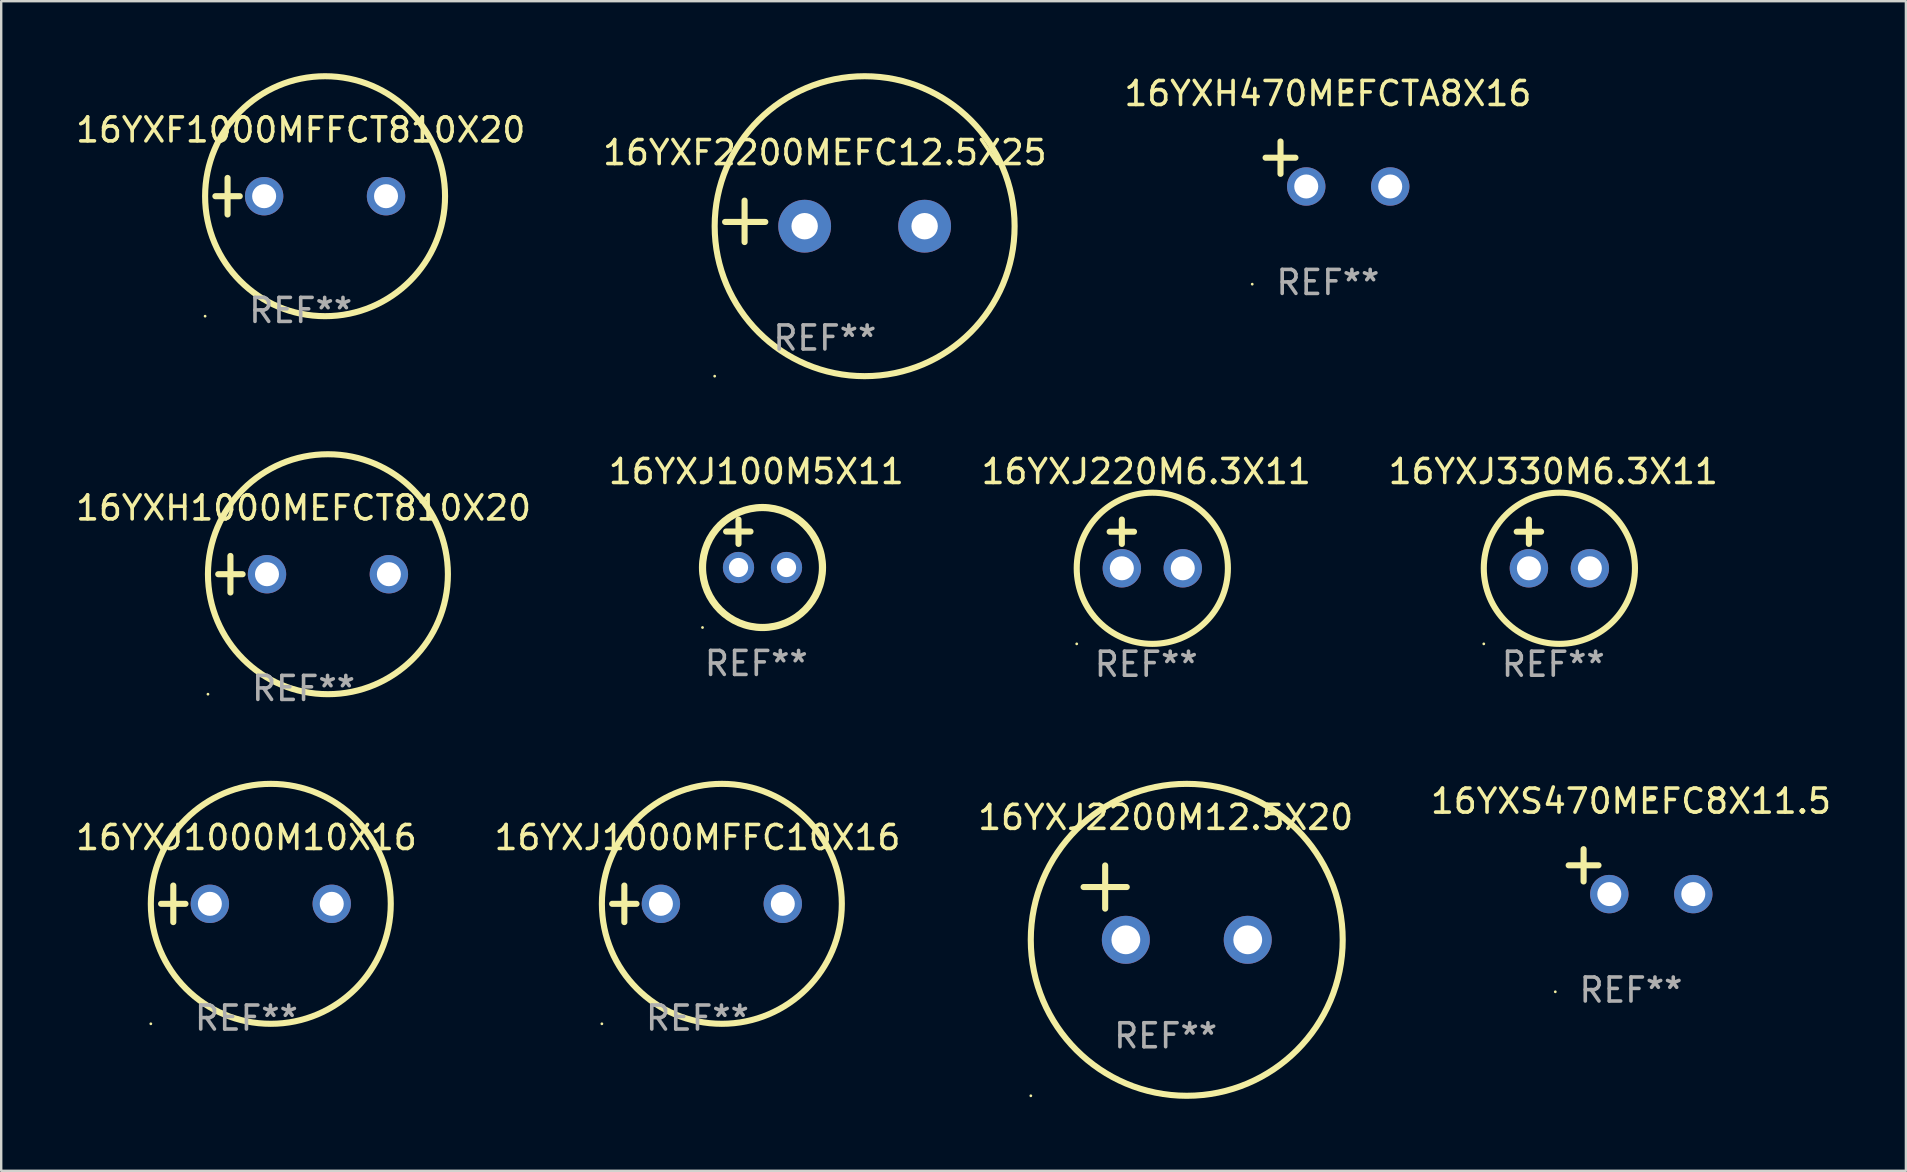
<source format=kicad_pcb>
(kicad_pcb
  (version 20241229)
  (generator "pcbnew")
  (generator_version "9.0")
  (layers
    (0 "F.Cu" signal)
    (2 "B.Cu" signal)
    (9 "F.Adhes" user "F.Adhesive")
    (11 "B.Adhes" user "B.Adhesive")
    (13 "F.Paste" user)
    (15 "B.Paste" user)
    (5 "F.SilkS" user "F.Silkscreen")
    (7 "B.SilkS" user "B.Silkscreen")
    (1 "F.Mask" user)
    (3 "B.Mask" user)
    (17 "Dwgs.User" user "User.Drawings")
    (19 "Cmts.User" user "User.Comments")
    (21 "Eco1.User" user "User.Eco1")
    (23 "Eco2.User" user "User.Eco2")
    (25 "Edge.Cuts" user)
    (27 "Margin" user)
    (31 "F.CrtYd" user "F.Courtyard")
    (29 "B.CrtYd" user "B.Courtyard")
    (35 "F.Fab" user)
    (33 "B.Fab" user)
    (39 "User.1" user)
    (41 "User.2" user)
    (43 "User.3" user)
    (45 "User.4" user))
  (footprint "16YXJ2200M12.5X20"
    (layer "F.Cu")
    (at 45.53 34.568)
    (property "Reference" "16YXJ2200M12.5X20" (at 0 -3.55 0) (layer "F.SilkS") (effects (font (size 1 1) (thickness 0.15))))
    (attr through_hole)
    (fp_line (start -3.421 -0.65) (end -1.621 -0.65) (stroke (width 0.254) (type solid)) (layer "F.SilkS"))
    (fp_line (start -2.521 -1.55) (end -2.521 0.25) (stroke (width 0.254) (type solid)) (layer "F.SilkS"))
    (fp_circle (center -5.619 8.05) (end -5.589 8.05) (stroke (width 0.06) (type solid)) (fill no) (layer "F.SilkS"))
    (fp_circle (center 0.879 1.55) (end 7.379 1.55) (stroke (width 0.254) (type solid)) (fill no) (layer "F.SilkS"))
    (fp_text user "REF**" (at 0 5.55 0) (layer "F.Fab") (effects (font (size 1 1) (thickness 0.15))))
    (pad "1" thru_hole circle (at -1.659 1.55) (size 2 2) (drill 1.2) (layers "*.Cu" "*.Mask"))
    (pad "2" thru_hole circle (at 3.421 1.55) (size 2 2) (drill 1.2) (layers "*.Cu" "*.Mask")))
  (footprint "16YXJ1000M10X16"
    (layer "F.Cu")
    (at 7.22 34.618)
    (property "Reference" "16YXJ1000M10X16" (at 0 -2.762 0) (layer "F.SilkS") (effects (font (size 1 1) (thickness 0.15))))
    (attr through_hole)
    (fp_line (start -3.556 0) (end -2.54 0) (stroke (width 0.254) (type solid)) (layer "F.SilkS"))
    (fp_line (start -3.048 -0.762) (end -3.048 0.762) (stroke (width 0.254) (type solid)) (layer "F.SilkS"))
    (fp_circle (center -3.984 5) (end -3.954 5) (stroke (width 0.06) (type solid)) (fill no) (layer "F.SilkS"))
    (fp_circle (center 1.016 0) (end 6.016 0) (stroke (width 0.254) (type solid)) (fill no) (layer "F.SilkS"))
    (fp_text user "REF**" (at 0 4.762 0) (layer "F.Fab") (effects (font (size 1 1) (thickness 0.15))))
    (pad "1" thru_hole circle (at -1.524 0) (size 1.6 1.6) (drill 1) (layers "*.Cu" "*.Mask"))
    (pad "2" thru_hole circle (at 3.556 0) (size 1.6 1.6) (drill 1) (layers "*.Cu" "*.Mask")))
  (footprint "16YXS470MEFC8X11.5"
    (layer "F.Cu")
    (at 64.923 33.276)
    (property "Reference" "16YXS470MEFC8X11.5" (at 0 -2.937 0) (layer "F.SilkS") (effects (font (size 1 1) (thickness 0.15))))
    (attr through_hole)
    (fp_line (start -1.975 0.41) (end -1.975 -0.937) (stroke (width 0.254) (type solid)) (layer "F.SilkS"))
    (fp_line (start -1.353 -0.263) (end -2.597 -0.263) (stroke (width 0.254) (type solid)) (layer "F.SilkS"))
    (fp_arc (start 0.849809 -3.063957) (mid 0.885369 -3.064114) (end 0.920929 -3.063957) (stroke (width 0.254001) (type solid)) (layer "F.SilkS"))
    (fp_circle (center -3.154 5.008) (end -3.124 5.008) (stroke (width 0.06) (type solid)) (fill no) (layer "F.SilkS"))
    (fp_text user "REF**" (at 0 4.937 0) (layer "F.Fab") (effects (font (size 1 1) (thickness 0.15))))
    (pad "1" thru_hole circle (at -0.903 0.937) (size 1.6 1.6) (drill 1) (layers "*.Cu" "*.Mask"))
    (pad "2" thru_hole circle (at 2.597 0.937) (size 1.6 1.6) (drill 1) (layers "*.Cu" "*.Mask")))
  (footprint "16YXF1000MFFCT810X20"
    (layer "F.Cu")
    (at 9.482 5.127)
    (property "Reference" "16YXF1000MFFCT810X20" (at 0 -2.762 0) (layer "F.SilkS") (effects (font (size 1 1) (thickness 0.15))))
    (attr through_hole)
    (fp_line (start -3.556 0) (end -2.54 0) (stroke (width 0.254) (type solid)) (layer "F.SilkS"))
    (fp_line (start -3.048 -0.762) (end -3.048 0.762) (stroke (width 0.254) (type solid)) (layer "F.SilkS"))
    (fp_circle (center -3.984 5) (end -3.954 5) (stroke (width 0.06) (type solid)) (fill no) (layer "F.SilkS"))
    (fp_circle (center 1.016 0) (end 6.016 0) (stroke (width 0.254) (type solid)) (fill no) (layer "F.SilkS"))
    (fp_text user "REF**" (at 0 4.762 0) (layer "F.Fab") (effects (font (size 1 1) (thickness 0.15))))
    (pad "1" thru_hole circle (at -1.524 0) (size 1.6 1.6) (drill 1) (layers "*.Cu" "*.Mask"))
    (pad "2" thru_hole circle (at 3.556 0) (size 1.6 1.6) (drill 1) (layers "*.Cu" "*.Mask")))
  (footprint "16YXJ220M6.3X11"
    (layer "F.Cu")
    (at 44.72 19.618)
    (property "Reference" "16YXJ220M6.3X11" (at 0 -3.016 0) (layer "F.SilkS") (effects (font (size 1 1) (thickness 0.15))))
    (attr through_hole)
    (fp_line (start -1.524 -0.508) (end -0.508 -0.508) (stroke (width 0.254) (type solid)) (layer "F.SilkS"))
    (fp_line (start -1.016 -1.016) (end -1.016 0) (stroke (width 0.254) (type solid)) (layer "F.SilkS"))
    (fp_circle (center -2.896 4.166) (end -2.866 4.166) (stroke (width 0.06) (type solid)) (fill no) (layer "F.SilkS"))
    (fp_circle (center 0.254 1.016) (end 3.404 1.016) (stroke (width 0.254) (type solid)) (fill no) (layer "F.SilkS"))
    (fp_text user "REF**" (at 0 5.016 0) (layer "F.Fab") (effects (font (size 1 1) (thickness 0.15))))
    (pad "1" thru_hole circle (at -1.016 1.016) (size 1.6 1.6) (drill 1) (layers "*.Cu" "*.Mask"))
    (pad "2" thru_hole circle (at 1.524 1.016) (size 1.6 1.6) (drill 1) (layers "*.Cu" "*.Mask")))
  (footprint "16YXF2200MEFC12.5X25"
    (layer "F.Cu")
    (at 31.327 6.174)
    (property "Reference" "16YXF2200MEFC12.5X25" (at 0 -2.864 0) (layer "F.SilkS") (effects (font (size 1 1) (thickness 0.15))))
    (attr through_hole)
    (fp_line (start -3.346 0.864) (end -3.346 -0.864) (stroke (width 0.254) (type solid)) (layer "F.SilkS"))
    (fp_line (start -2.482 0.025) (end -4.158 0.025) (stroke (width 0.254) (type solid)) (layer "F.SilkS"))
    (fp_circle (center -4.592 6.453) (end -4.562 6.453) (stroke (width 0.06) (type solid)) (fill no) (layer "F.SilkS"))
    (fp_circle (center 1.658 0.203) (end 7.908 0.203) (stroke (width 0.254) (type solid)) (fill no) (layer "F.SilkS"))
    (fp_text user "REF**" (at 0 4.864 0) (layer "F.Fab") (effects (font (size 1 1) (thickness 0.15))))
    (pad "1" thru_hole circle (at -0.842 0.203) (size 2.2 2.2) (drill 1.1) (layers "*.Cu" "*.Mask"))
    (pad "2" thru_hole circle (at 4.158 0.203) (size 2.2 2.2) (drill 1.1) (layers "*.Cu" "*.Mask")))
  (footprint "16YXJ330M6.3X11"
    (layer "F.Cu")
    (at 61.685 19.618)
    (property "Reference" "16YXJ330M6.3X11" (at 0 -3.016 0) (layer "F.SilkS") (effects (font (size 1 1) (thickness 0.15))))
    (attr through_hole)
    (fp_line (start -1.524 -0.508) (end -0.508 -0.508) (stroke (width 0.254) (type solid)) (layer "F.SilkS"))
    (fp_line (start -1.016 -1.016) (end -1.016 0) (stroke (width 0.254) (type solid)) (layer "F.SilkS"))
    (fp_circle (center -2.896 4.166) (end -2.866 4.166) (stroke (width 0.06) (type solid)) (fill no) (layer "F.SilkS"))
    (fp_circle (center 0.254 1.016) (end 3.404 1.016) (stroke (width 0.254) (type solid)) (fill no) (layer "F.SilkS"))
    (fp_text user "REF**" (at 0 5.016 0) (layer "F.Fab") (effects (font (size 1 1) (thickness 0.15))))
    (pad "1" thru_hole circle (at -1.016 1.016) (size 1.6 1.6) (drill 1) (layers "*.Cu" "*.Mask"))
    (pad "2" thru_hole circle (at 1.524 1.016) (size 1.6 1.6) (drill 1) (layers "*.Cu" "*.Mask")))
  (footprint "16YXJ1000MFFC10X16"
    (layer "F.Cu")
    (at 26.018 34.618)
    (property "Reference" "16YXJ1000MFFC10X16" (at 0 -2.762 0) (layer "F.SilkS") (effects (font (size 1 1) (thickness 0.15))))
    (attr through_hole)
    (fp_line (start -3.556 0) (end -2.54 0) (stroke (width 0.254) (type solid)) (layer "F.SilkS"))
    (fp_line (start -3.048 -0.762) (end -3.048 0.762) (stroke (width 0.254) (type solid)) (layer "F.SilkS"))
    (fp_circle (center -3.984 5) (end -3.954 5) (stroke (width 0.06) (type solid)) (fill no) (layer "F.SilkS"))
    (fp_circle (center 1.016 0) (end 6.016 0) (stroke (width 0.254) (type solid)) (fill no) (layer "F.SilkS"))
    (fp_text user "REF**" (at 0 4.762 0) (layer "F.Fab") (effects (font (size 1 1) (thickness 0.15))))
    (pad "1" thru_hole circle (at -1.524 0) (size 1.6 1.6) (drill 1) (layers "*.Cu" "*.Mask"))
    (pad "2" thru_hole circle (at 3.556 0) (size 1.6 1.6) (drill 1) (layers "*.Cu" "*.Mask")))
  (footprint "16YXH470MEFCTA8X16"
    (layer "F.Cu")
    (at 52.292 3.785)
    (property "Reference" "16YXH470MEFCTA8X16" (at 0 -2.937 0) (layer "F.SilkS") (effects (font (size 1 1) (thickness 0.15))))
    (attr through_hole)
    (fp_line (start -1.975 0.41) (end -1.975 -0.937) (stroke (width 0.254) (type solid)) (layer "F.SilkS"))
    (fp_line (start -1.353 -0.263) (end -2.597 -0.263) (stroke (width 0.254) (type solid)) (layer "F.SilkS"))
    (fp_arc (start 0.849809 -3.063957) (mid 0.885369 -3.064114) (end 0.920929 -3.063957) (stroke (width 0.254001) (type solid)) (layer "F.SilkS"))
    (fp_circle (center -3.154 5.008) (end -3.124 5.008) (stroke (width 0.06) (type solid)) (fill no) (layer "F.SilkS"))
    (fp_text user "REF**" (at 0 4.937 0) (layer "F.Fab") (effects (font (size 1 1) (thickness 0.15))))
    (pad "1" thru_hole circle (at -0.903 0.937) (size 1.6 1.6) (drill 1) (layers "*.Cu" "*.Mask"))
    (pad "2" thru_hole circle (at 2.597 0.937) (size 1.6 1.6) (drill 1) (layers "*.Cu" "*.Mask")))
  (footprint "16YXH1000MEFCT810X20"
    (layer "F.Cu")
    (at 9.601 20.881)
    (property "Reference" "16YXH1000MEFCT810X20" (at 0 -2.762 0) (layer "F.SilkS") (effects (font (size 1 1) (thickness 0.15))))
    (attr through_hole)
    (fp_line (start -3.556 0) (end -2.54 0) (stroke (width 0.254) (type solid)) (layer "F.SilkS"))
    (fp_line (start -3.048 -0.762) (end -3.048 0.762) (stroke (width 0.254) (type solid)) (layer "F.SilkS"))
    (fp_circle (center -3.984 5) (end -3.954 5) (stroke (width 0.06) (type solid)) (fill no) (layer "F.SilkS"))
    (fp_circle (center 1.016 0) (end 6.016 0) (stroke (width 0.254) (type solid)) (fill no) (layer "F.SilkS"))
    (fp_text user "REF**" (at 0 4.762 0) (layer "F.Fab") (effects (font (size 1 1) (thickness 0.15))))
    (pad "1" thru_hole circle (at -1.524 0) (size 1.6 1.6) (drill 1) (layers "*.Cu" "*.Mask"))
    (pad "2" thru_hole circle (at 3.556 0) (size 1.6 1.6) (drill 1) (layers "*.Cu" "*.Mask")))
  (footprint "16YXJ100M5X11"
    (layer "F.Cu")
    (at 28.47 19.602)
    (property "Reference" "16YXJ100M5X11" (at 0 -3 0) (layer "F.SilkS") (effects (font (size 1 1) (thickness 0.15))))
    (attr through_hole)
    (fp_line (start -1.258 -0.5) (end -0.242 -0.5) (stroke (width 0.254) (type solid)) (layer "F.SilkS"))
    (fp_line (start -0.742 -1) (end -0.742 0.016) (stroke (width 0.254) (type solid)) (layer "F.SilkS"))
    (fp_circle (center -2.242 3.5) (end -2.212 3.5) (stroke (width 0.06) (type solid)) (fill no) (layer "F.SilkS"))
    (fp_circle (center 0.258 1) (end 2.758 1) (stroke (width 0.3) (type solid)) (fill no) (layer "F.SilkS"))
    (fp_text user "REF**" (at 0 5 0) (layer "F.Fab") (effects (font (size 1 1) (thickness 0.15))))
    (pad "1" thru_hole circle (at -0.742 1) (size 1.3 1.3) (drill 0.8) (layers "*.Cu" "*.Mask"))
    (pad "2" thru_hole circle (at 1.258 1) (size 1.3 1.3) (drill 0.8) (layers "*.Cu" "*.Mask")))
  (gr_rect
    (start -3 -3)
    (end 76.381 45.745)
    (stroke (width 0.1) (type default))
    (fill no)
    (layer "Edge.Cuts")))
</source>
